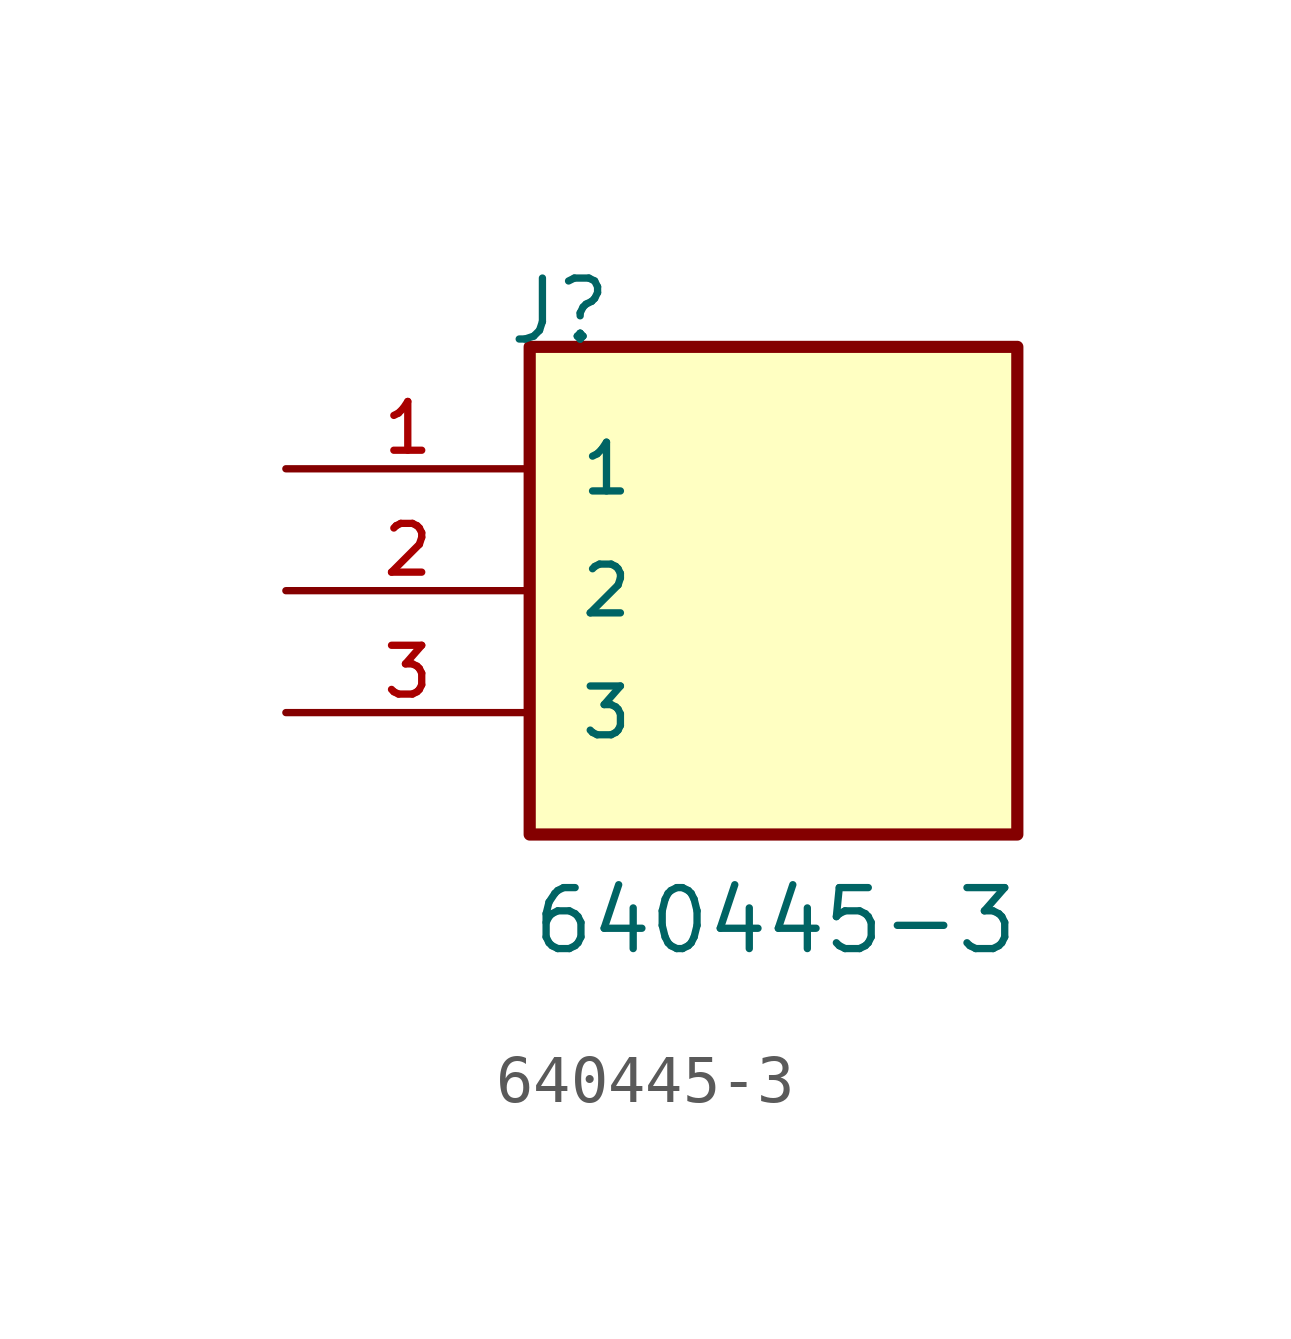
<source format=kicad_sym>
(kicad_symbol_lib
  (version 20211014)
  (generator kicad_symbol_editor)
  (symbol "640445-3"
    (pin_names
      (offset 1.016))
    (property "Reference" "J"
      (at -5.58 5.08 0)
      (effects (font (size 1.27 1.27)) (justify bottom left)))
    (property "Value" "640445-3"
      (at -5.08 -7.62 0)
      (effects (font (size 1.27 1.27)) (justify bottom left)))
    (symbol "640445-3_0_0"
      (rectangle (start -5.08 -5.08) (end 5.08 5.08) (stroke (width 0.254)) (fill (type background)))
      (pin passive line (at -10.16 2.54 0) (length 5.08) (name "1" (effects (font (size 1.016 1.016)))) (number "1" (effects (font (size 1.016 1.016)))))
      (pin passive line (at -10.16 0.0 0) (length 5.08) (name "2" (effects (font (size 1.016 1.016)))) (number "2" (effects (font (size 1.016 1.016)))))
      (pin passive line (at -10.16 -2.54 0) (length 5.08) (name "3" (effects (font (size 1.016 1.016)))) (number "3" (effects (font (size 1.016 1.016))))))))
</source>
